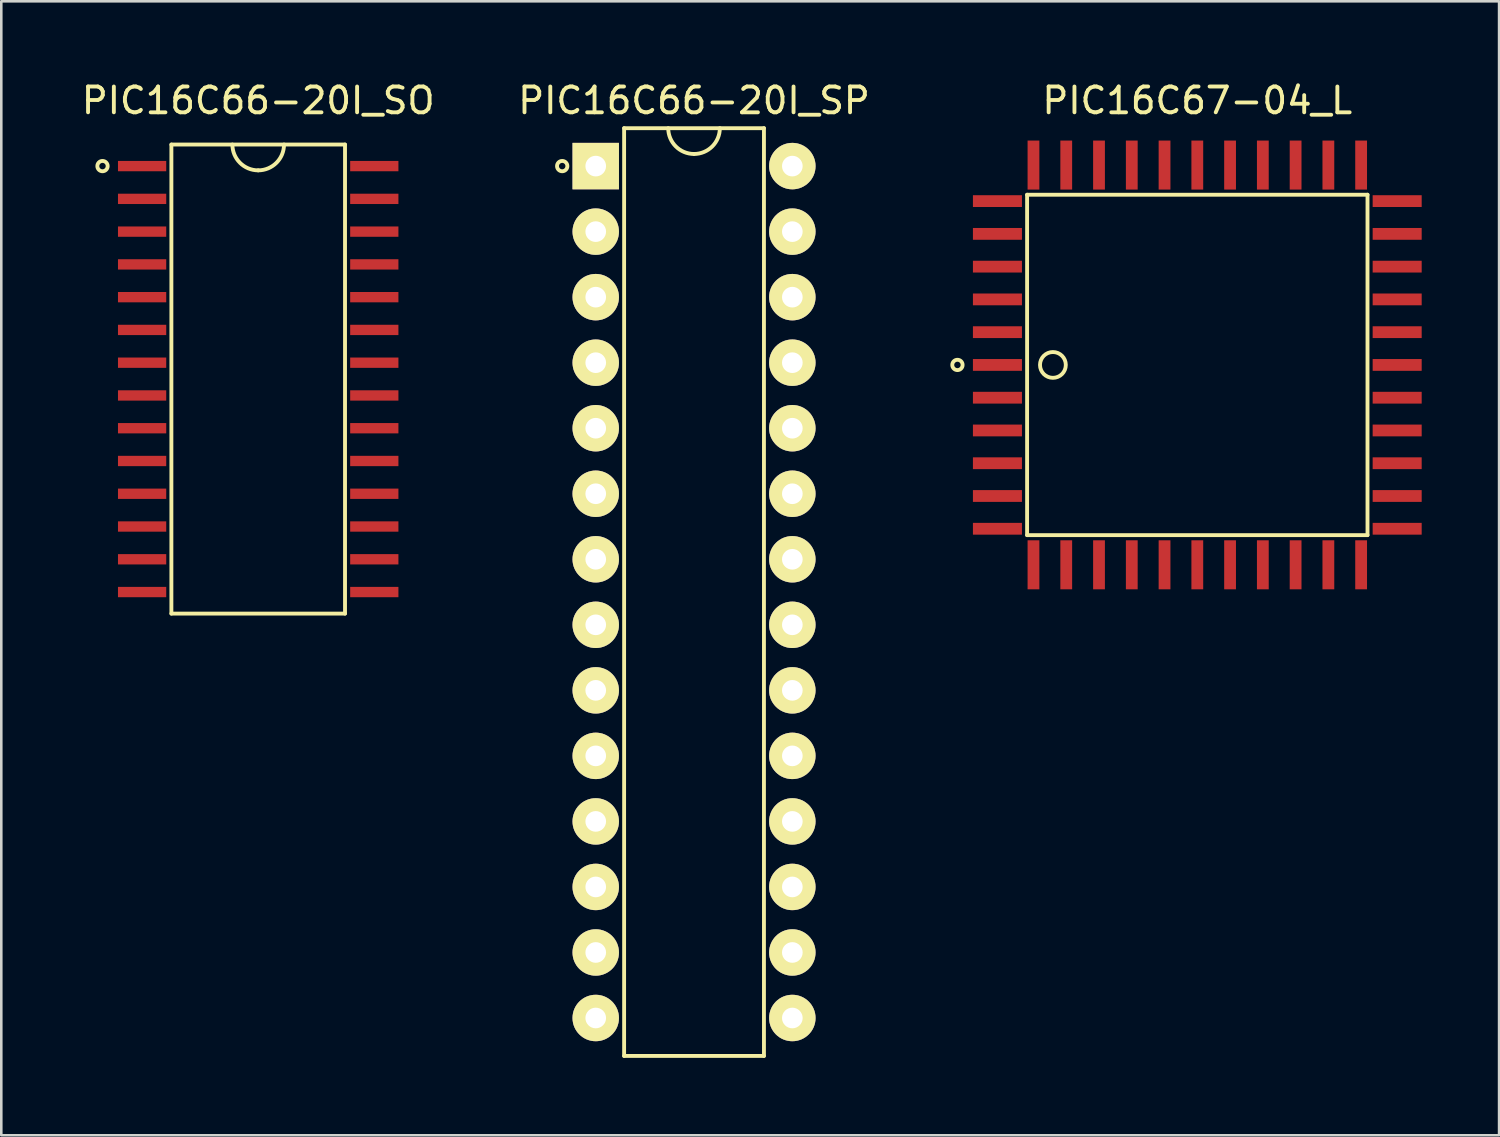
<source format=kicad_pcb>
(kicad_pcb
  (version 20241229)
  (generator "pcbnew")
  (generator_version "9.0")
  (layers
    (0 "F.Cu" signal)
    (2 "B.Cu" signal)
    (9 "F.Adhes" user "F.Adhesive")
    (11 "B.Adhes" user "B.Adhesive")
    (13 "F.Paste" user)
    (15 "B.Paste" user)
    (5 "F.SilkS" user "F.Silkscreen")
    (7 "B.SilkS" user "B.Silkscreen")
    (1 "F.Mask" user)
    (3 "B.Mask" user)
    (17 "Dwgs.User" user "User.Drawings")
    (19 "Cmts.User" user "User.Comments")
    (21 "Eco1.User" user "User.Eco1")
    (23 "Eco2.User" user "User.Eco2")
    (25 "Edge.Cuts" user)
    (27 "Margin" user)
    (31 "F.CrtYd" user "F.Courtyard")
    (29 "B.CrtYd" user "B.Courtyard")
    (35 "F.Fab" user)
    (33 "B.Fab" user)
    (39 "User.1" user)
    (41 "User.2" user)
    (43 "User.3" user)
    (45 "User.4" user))
  (footprint "PIC16C66-20I_SP"
    (layer "F.Cu")
    (at 20.041 3.388)
    (property "Reference" "PIC16C66-20I_SP" (at 3.81 -2.54 0) (layer "F.SilkS") (effects (font (size 1 1) (thickness 0.15))))
    (attr through_hole)
    (fp_line (start 1.1 -1.47) (end 6.52 -1.47) (stroke (width 0.15) (type solid)) (layer "F.SilkS"))
    (fp_line (start 1.1 34.49) (end 1.1 -1.47) (stroke (width 0.15) (type solid)) (layer "F.SilkS"))
    (fp_line (start 6.52 -1.47) (end 6.52 34.49) (stroke (width 0.15) (type solid)) (layer "F.SilkS"))
    (fp_line (start 6.52 34.49) (end 1.1 34.49) (stroke (width 0.15) (type solid)) (layer "F.SilkS"))
    (fp_arc (start 3.81 -0.47) (mid 3.102893 -0.762893) (end 2.81 -1.47) (stroke (width 0.15) (type solid)) (layer "F.SilkS"))
    (fp_arc (start 4.81 -1.47) (mid 4.517107 -0.762893) (end 3.81 -0.47) (stroke (width 0.15) (type solid)) (layer "F.SilkS"))
    (fp_circle (center -1.3 0) (end -1.3 0.2) (stroke (width 0.15) (type solid)) (fill no) (layer "F.SilkS"))
    (pad "1" thru_hole rect (at 0 0) (size 1.8 1.8) (drill 0.8) (layers "*.Cu" "*.Mask" "F.SilkS"))
    (pad "2" thru_hole circle (at 0 2.54) (size 1.8 1.8) (drill 0.8) (layers "*.Cu" "*.Mask" "F.SilkS"))
    (pad "3" thru_hole circle (at 0 5.08) (size 1.8 1.8) (drill 0.8) (layers "*.Cu" "*.Mask" "F.SilkS"))
    (pad "4" thru_hole circle (at 0 7.62) (size 1.8 1.8) (drill 0.8) (layers "*.Cu" "*.Mask" "F.SilkS"))
    (pad "5" thru_hole circle (at 0 10.16) (size 1.8 1.8) (drill 0.8) (layers "*.Cu" "*.Mask" "F.SilkS"))
    (pad "6" thru_hole circle (at 0 12.7) (size 1.8 1.8) (drill 0.8) (layers "*.Cu" "*.Mask" "F.SilkS"))
    (pad "7" thru_hole circle (at 0 15.24) (size 1.8 1.8) (drill 0.8) (layers "*.Cu" "*.Mask" "F.SilkS"))
    (pad "8" thru_hole circle (at 0 17.78) (size 1.8 1.8) (drill 0.8) (layers "*.Cu" "*.Mask" "F.SilkS"))
    (pad "9" thru_hole circle (at 0 20.32) (size 1.8 1.8) (drill 0.8) (layers "*.Cu" "*.Mask" "F.SilkS"))
    (pad "10" thru_hole circle (at 0 22.86) (size 1.8 1.8) (drill 0.8) (layers "*.Cu" "*.Mask" "F.SilkS"))
    (pad "11" thru_hole circle (at 0 25.4) (size 1.8 1.8) (drill 0.8) (layers "*.Cu" "*.Mask" "F.SilkS"))
    (pad "12" thru_hole circle (at 0 27.94) (size 1.8 1.8) (drill 0.8) (layers "*.Cu" "*.Mask" "F.SilkS"))
    (pad "13" thru_hole circle (at 0 30.48) (size 1.8 1.8) (drill 0.8) (layers "*.Cu" "*.Mask" "F.SilkS"))
    (pad "14" thru_hole circle (at 0 33.02) (size 1.8 1.8) (drill 0.8) (layers "*.Cu" "*.Mask" "F.SilkS"))
    (pad "15" thru_hole circle (at 7.62 33.02) (size 1.8 1.8) (drill 0.8) (layers "*.Cu" "*.Mask" "F.SilkS"))
    (pad "16" thru_hole circle (at 7.62 30.48) (size 1.8 1.8) (drill 0.8) (layers "*.Cu" "*.Mask" "F.SilkS"))
    (pad "17" thru_hole circle (at 7.62 27.94) (size 1.8 1.8) (drill 0.8) (layers "*.Cu" "*.Mask" "F.SilkS"))
    (pad "18" thru_hole circle (at 7.62 25.4) (size 1.8 1.8) (drill 0.8) (layers "*.Cu" "*.Mask" "F.SilkS"))
    (pad "19" thru_hole circle (at 7.62 22.86) (size 1.8 1.8) (drill 0.8) (layers "*.Cu" "*.Mask" "F.SilkS"))
    (pad "20" thru_hole circle (at 7.62 20.32) (size 1.8 1.8) (drill 0.8) (layers "*.Cu" "*.Mask" "F.SilkS"))
    (pad "21" thru_hole circle (at 7.62 17.78) (size 1.8 1.8) (drill 0.8) (layers "*.Cu" "*.Mask" "F.SilkS"))
    (pad "22" thru_hole circle (at 7.62 15.24) (size 1.8 1.8) (drill 0.8) (layers "*.Cu" "*.Mask" "F.SilkS"))
    (pad "23" thru_hole circle (at 7.62 12.7) (size 1.8 1.8) (drill 0.8) (layers "*.Cu" "*.Mask" "F.SilkS"))
    (pad "24" thru_hole circle (at 7.62 10.16) (size 1.8 1.8) (drill 0.8) (layers "*.Cu" "*.Mask" "F.SilkS"))
    (pad "25" thru_hole circle (at 7.62 7.62) (size 1.8 1.8) (drill 0.8) (layers "*.Cu" "*.Mask" "F.SilkS"))
    (pad "26" thru_hole circle (at 7.62 5.08) (size 1.8 1.8) (drill 0.8) (layers "*.Cu" "*.Mask" "F.SilkS"))
    (pad "27" thru_hole circle (at 7.62 2.54) (size 1.8 1.8) (drill 0.8) (layers "*.Cu" "*.Mask" "F.SilkS"))
    (pad "28" thru_hole circle (at 7.62 0) (size 1.8 1.8) (drill 0.8) (layers "*.Cu" "*.Mask" "F.SilkS")))
  (footprint "PIC16C66-20I_SO"
    (layer "F.Cu")
    (at 2.458 3.388)
    (property "Reference" "PIC16C66-20I_SO" (at 4.5 -2.54 0) (layer "F.SilkS") (effects (font (size 1 1) (thickness 0.15))))
    (attr through_hole)
    (fp_line (start 1.135 -0.835) (end 7.865 -0.835) (stroke (width 0.15) (type solid)) (layer "F.SilkS"))
    (fp_line (start 1.135 17.345) (end 1.135 -0.835) (stroke (width 0.15) (type solid)) (layer "F.SilkS"))
    (fp_line (start 7.865 -0.835) (end 7.865 17.345) (stroke (width 0.15) (type solid)) (layer "F.SilkS"))
    (fp_line (start 7.865 17.345) (end 1.135 17.345) (stroke (width 0.15) (type solid)) (layer "F.SilkS"))
    (fp_arc (start 4.5 0.165) (mid 3.792893 -0.127893) (end 3.5 -0.835) (stroke (width 0.15) (type solid)) (layer "F.SilkS"))
    (fp_arc (start 5.5 -0.835) (mid 5.207107 -0.127893) (end 4.5 0.165) (stroke (width 0.15) (type solid)) (layer "F.SilkS"))
    (fp_circle (center -1.535 0) (end -1.535 0.2) (stroke (width 0.15) (type solid)) (fill no) (layer "F.SilkS"))
    (pad "1" smd rect (at 0 0) (size 1.87 0.4) (layers "F.Cu" "F.Mask" "F.Paste"))
    (pad "2" smd rect (at 0 1.27) (size 1.87 0.4) (layers "F.Cu" "F.Mask" "F.Paste"))
    (pad "3" smd rect (at 0 2.54) (size 1.87 0.4) (layers "F.Cu" "F.Mask" "F.Paste"))
    (pad "4" smd rect (at 0 3.81) (size 1.87 0.4) (layers "F.Cu" "F.Mask" "F.Paste"))
    (pad "5" smd rect (at 0 5.08) (size 1.87 0.4) (layers "F.Cu" "F.Mask" "F.Paste"))
    (pad "6" smd rect (at 0 6.35) (size 1.87 0.4) (layers "F.Cu" "F.Mask" "F.Paste"))
    (pad "7" smd rect (at 0 7.62) (size 1.87 0.4) (layers "F.Cu" "F.Mask" "F.Paste"))
    (pad "8" smd rect (at 0 8.89) (size 1.87 0.4) (layers "F.Cu" "F.Mask" "F.Paste"))
    (pad "9" smd rect (at 0 10.16) (size 1.87 0.4) (layers "F.Cu" "F.Mask" "F.Paste"))
    (pad "10" smd rect (at 0 11.43) (size 1.87 0.4) (layers "F.Cu" "F.Mask" "F.Paste"))
    (pad "11" smd rect (at 0 12.7) (size 1.87 0.4) (layers "F.Cu" "F.Mask" "F.Paste"))
    (pad "12" smd rect (at 0 13.97) (size 1.87 0.4) (layers "F.Cu" "F.Mask" "F.Paste"))
    (pad "13" smd rect (at 0 15.24) (size 1.87 0.4) (layers "F.Cu" "F.Mask" "F.Paste"))
    (pad "14" smd rect (at 0 16.51) (size 1.87 0.4) (layers "F.Cu" "F.Mask" "F.Paste"))
    (pad "15" smd rect (at 9 16.51) (size 1.87 0.4) (layers "F.Cu" "F.Mask" "F.Paste"))
    (pad "16" smd rect (at 9 15.24) (size 1.87 0.4) (layers "F.Cu" "F.Mask" "F.Paste"))
    (pad "17" smd rect (at 9 13.97) (size 1.87 0.4) (layers "F.Cu" "F.Mask" "F.Paste"))
    (pad "18" smd rect (at 9 12.7) (size 1.87 0.4) (layers "F.Cu" "F.Mask" "F.Paste"))
    (pad "19" smd rect (at 9 11.43) (size 1.87 0.4) (layers "F.Cu" "F.Mask" "F.Paste"))
    (pad "20" smd rect (at 9 10.16) (size 1.87 0.4) (layers "F.Cu" "F.Mask" "F.Paste"))
    (pad "21" smd rect (at 9 8.89) (size 1.87 0.4) (layers "F.Cu" "F.Mask" "F.Paste"))
    (pad "22" smd rect (at 9 7.62) (size 1.87 0.4) (layers "F.Cu" "F.Mask" "F.Paste"))
    (pad "23" smd rect (at 9 6.35) (size 1.87 0.4) (layers "F.Cu" "F.Mask" "F.Paste"))
    (pad "24" smd rect (at 9 5.08) (size 1.87 0.4) (layers "F.Cu" "F.Mask" "F.Paste"))
    (pad "25" smd rect (at 9 3.81) (size 1.87 0.4) (layers "F.Cu" "F.Mask" "F.Paste"))
    (pad "26" smd rect (at 9 2.54) (size 1.87 0.4) (layers "F.Cu" "F.Mask" "F.Paste"))
    (pad "27" smd rect (at 9 1.27) (size 1.87 0.4) (layers "F.Cu" "F.Mask" "F.Paste"))
    (pad "28" smd rect (at 9 0) (size 1.87 0.4) (layers "F.Cu" "F.Mask" "F.Paste")))
  (footprint "PIC16C67-04_L"
    (layer "F.Cu")
    (at 35.611 3.348)
    (property "Reference" "PIC16C67-04_L" (at 7.747 -2.5 0) (layer "F.SilkS") (effects (font (size 1 1) (thickness 0.15))))
    (attr through_hole)
    (fp_line (start 1.15 1.15) (end 1.15 14.344) (stroke (width 0.15) (type solid)) (layer "F.SilkS"))
    (fp_line (start 1.15 1.15) (end 14.344 1.15) (stroke (width 0.15) (type solid)) (layer "F.SilkS"))
    (fp_line (start 1.15 14.344) (end 14.344 14.344) (stroke (width 0.15) (type solid)) (layer "F.SilkS"))
    (fp_line (start 14.344 14.344) (end 14.344 1.15) (stroke (width 0.15) (type solid)) (layer "F.SilkS"))
    (fp_circle (center -1.55 7.747) (end -1.55 7.547) (stroke (width 0.15) (type solid)) (fill no) (layer "F.SilkS"))
    (fp_circle (center 2.15 7.747) (end 2.15 7.247) (stroke (width 0.15) (type solid)) (fill no) (layer "F.SilkS"))
    (pad "1" smd rect (at 0 7.747) (size 1.9 0.457) (layers "F.Cu" "F.Mask" "F.Paste"))
    (pad "2" smd rect (at 0 9.017) (size 1.9 0.457) (layers "F.Cu" "F.Mask" "F.Paste"))
    (pad "3" smd rect (at 0 10.287) (size 1.9 0.457) (layers "F.Cu" "F.Mask" "F.Paste"))
    (pad "4" smd rect (at 0 11.557) (size 1.9 0.457) (layers "F.Cu" "F.Mask" "F.Paste"))
    (pad "5" smd rect (at 0 12.827) (size 1.9 0.457) (layers "F.Cu" "F.Mask" "F.Paste"))
    (pad "6" smd rect (at 0 14.097) (size 1.9 0.457) (layers "F.Cu" "F.Mask" "F.Paste"))
    (pad "7" smd rect (at 1.397 15.494) (size 0.457 1.9) (layers "F.Cu" "F.Mask" "F.Paste"))
    (pad "8" smd rect (at 2.667 15.494) (size 0.457 1.9) (layers "F.Cu" "F.Mask" "F.Paste"))
    (pad "9" smd rect (at 3.937 15.494) (size 0.457 1.9) (layers "F.Cu" "F.Mask" "F.Paste"))
    (pad "10" smd rect (at 5.207 15.494) (size 0.457 1.9) (layers "F.Cu" "F.Mask" "F.Paste"))
    (pad "11" smd rect (at 6.477 15.494) (size 0.457 1.9) (layers "F.Cu" "F.Mask" "F.Paste"))
    (pad "12" smd rect (at 7.747 15.494) (size 0.457 1.9) (layers "F.Cu" "F.Mask" "F.Paste"))
    (pad "13" smd rect (at 9.017 15.494) (size 0.457 1.9) (layers "F.Cu" "F.Mask" "F.Paste"))
    (pad "14" smd rect (at 10.287 15.494) (size 0.457 1.9) (layers "F.Cu" "F.Mask" "F.Paste"))
    (pad "15" smd rect (at 11.557 15.494) (size 0.457 1.9) (layers "F.Cu" "F.Mask" "F.Paste"))
    (pad "16" smd rect (at 12.827 15.494) (size 0.457 1.9) (layers "F.Cu" "F.Mask" "F.Paste"))
    (pad "17" smd rect (at 14.097 15.494) (size 0.457 1.9) (layers "F.Cu" "F.Mask" "F.Paste"))
    (pad "18" smd rect (at 15.494 14.097) (size 1.9 0.457) (layers "F.Cu" "F.Mask" "F.Paste"))
    (pad "19" smd rect (at 15.494 12.827) (size 1.9 0.457) (layers "F.Cu" "F.Mask" "F.Paste"))
    (pad "20" smd rect (at 15.494 11.557) (size 1.9 0.457) (layers "F.Cu" "F.Mask" "F.Paste"))
    (pad "21" smd rect (at 15.494 10.287) (size 1.9 0.457) (layers "F.Cu" "F.Mask" "F.Paste"))
    (pad "22" smd rect (at 15.494 9.017) (size 1.9 0.457) (layers "F.Cu" "F.Mask" "F.Paste"))
    (pad "23" smd rect (at 15.494 7.747) (size 1.9 0.457) (layers "F.Cu" "F.Mask" "F.Paste"))
    (pad "24" smd rect (at 15.494 6.477) (size 1.9 0.457) (layers "F.Cu" "F.Mask" "F.Paste"))
    (pad "25" smd rect (at 15.494 5.207) (size 1.9 0.457) (layers "F.Cu" "F.Mask" "F.Paste"))
    (pad "26" smd rect (at 15.494 3.937) (size 1.9 0.457) (layers "F.Cu" "F.Mask" "F.Paste"))
    (pad "27" smd rect (at 15.494 2.667) (size 1.9 0.457) (layers "F.Cu" "F.Mask" "F.Paste"))
    (pad "28" smd rect (at 15.494 1.397) (size 1.9 0.457) (layers "F.Cu" "F.Mask" "F.Paste"))
    (pad "29" smd rect (at 14.097 0) (size 0.457 1.9) (layers "F.Cu" "F.Mask" "F.Paste"))
    (pad "30" smd rect (at 12.827 0) (size 0.457 1.9) (layers "F.Cu" "F.Mask" "F.Paste"))
    (pad "31" smd rect (at 11.557 0) (size 0.457 1.9) (layers "F.Cu" "F.Mask" "F.Paste"))
    (pad "32" smd rect (at 10.287 0) (size 0.457 1.9) (layers "F.Cu" "F.Mask" "F.Paste"))
    (pad "33" smd rect (at 9.017 0) (size 0.457 1.9) (layers "F.Cu" "F.Mask" "F.Paste"))
    (pad "34" smd rect (at 7.747 0) (size 0.457 1.9) (layers "F.Cu" "F.Mask" "F.Paste"))
    (pad "35" smd rect (at 6.477 0) (size 0.457 1.9) (layers "F.Cu" "F.Mask" "F.Paste"))
    (pad "36" smd rect (at 5.207 0) (size 0.457 1.9) (layers "F.Cu" "F.Mask" "F.Paste"))
    (pad "37" smd rect (at 3.937 0) (size 0.457 1.9) (layers "F.Cu" "F.Mask" "F.Paste"))
    (pad "38" smd rect (at 2.667 0) (size 0.457 1.9) (layers "F.Cu" "F.Mask" "F.Paste"))
    (pad "39" smd rect (at 1.397 0) (size 0.457 1.9) (layers "F.Cu" "F.Mask" "F.Paste"))
    (pad "40" smd rect (at 0 1.397) (size 1.9 0.457) (layers "F.Cu" "F.Mask" "F.Paste"))
    (pad "41" smd rect (at 0 2.667) (size 1.9 0.457) (layers "F.Cu" "F.Mask" "F.Paste"))
    (pad "42" smd rect (at 0 3.937) (size 1.9 0.457) (layers "F.Cu" "F.Mask" "F.Paste"))
    (pad "43" smd rect (at 0 5.207) (size 1.9 0.457) (layers "F.Cu" "F.Mask" "F.Paste"))
    (pad "44" smd rect (at 0 6.477) (size 1.9 0.457) (layers "F.Cu" "F.Mask" "F.Paste")))
  (gr_rect
    (start -3 -3)
    (end 55.055 40.953)
    (stroke (width 0.1) (type default))
    (fill no)
    (layer "Edge.Cuts")))
</source>
